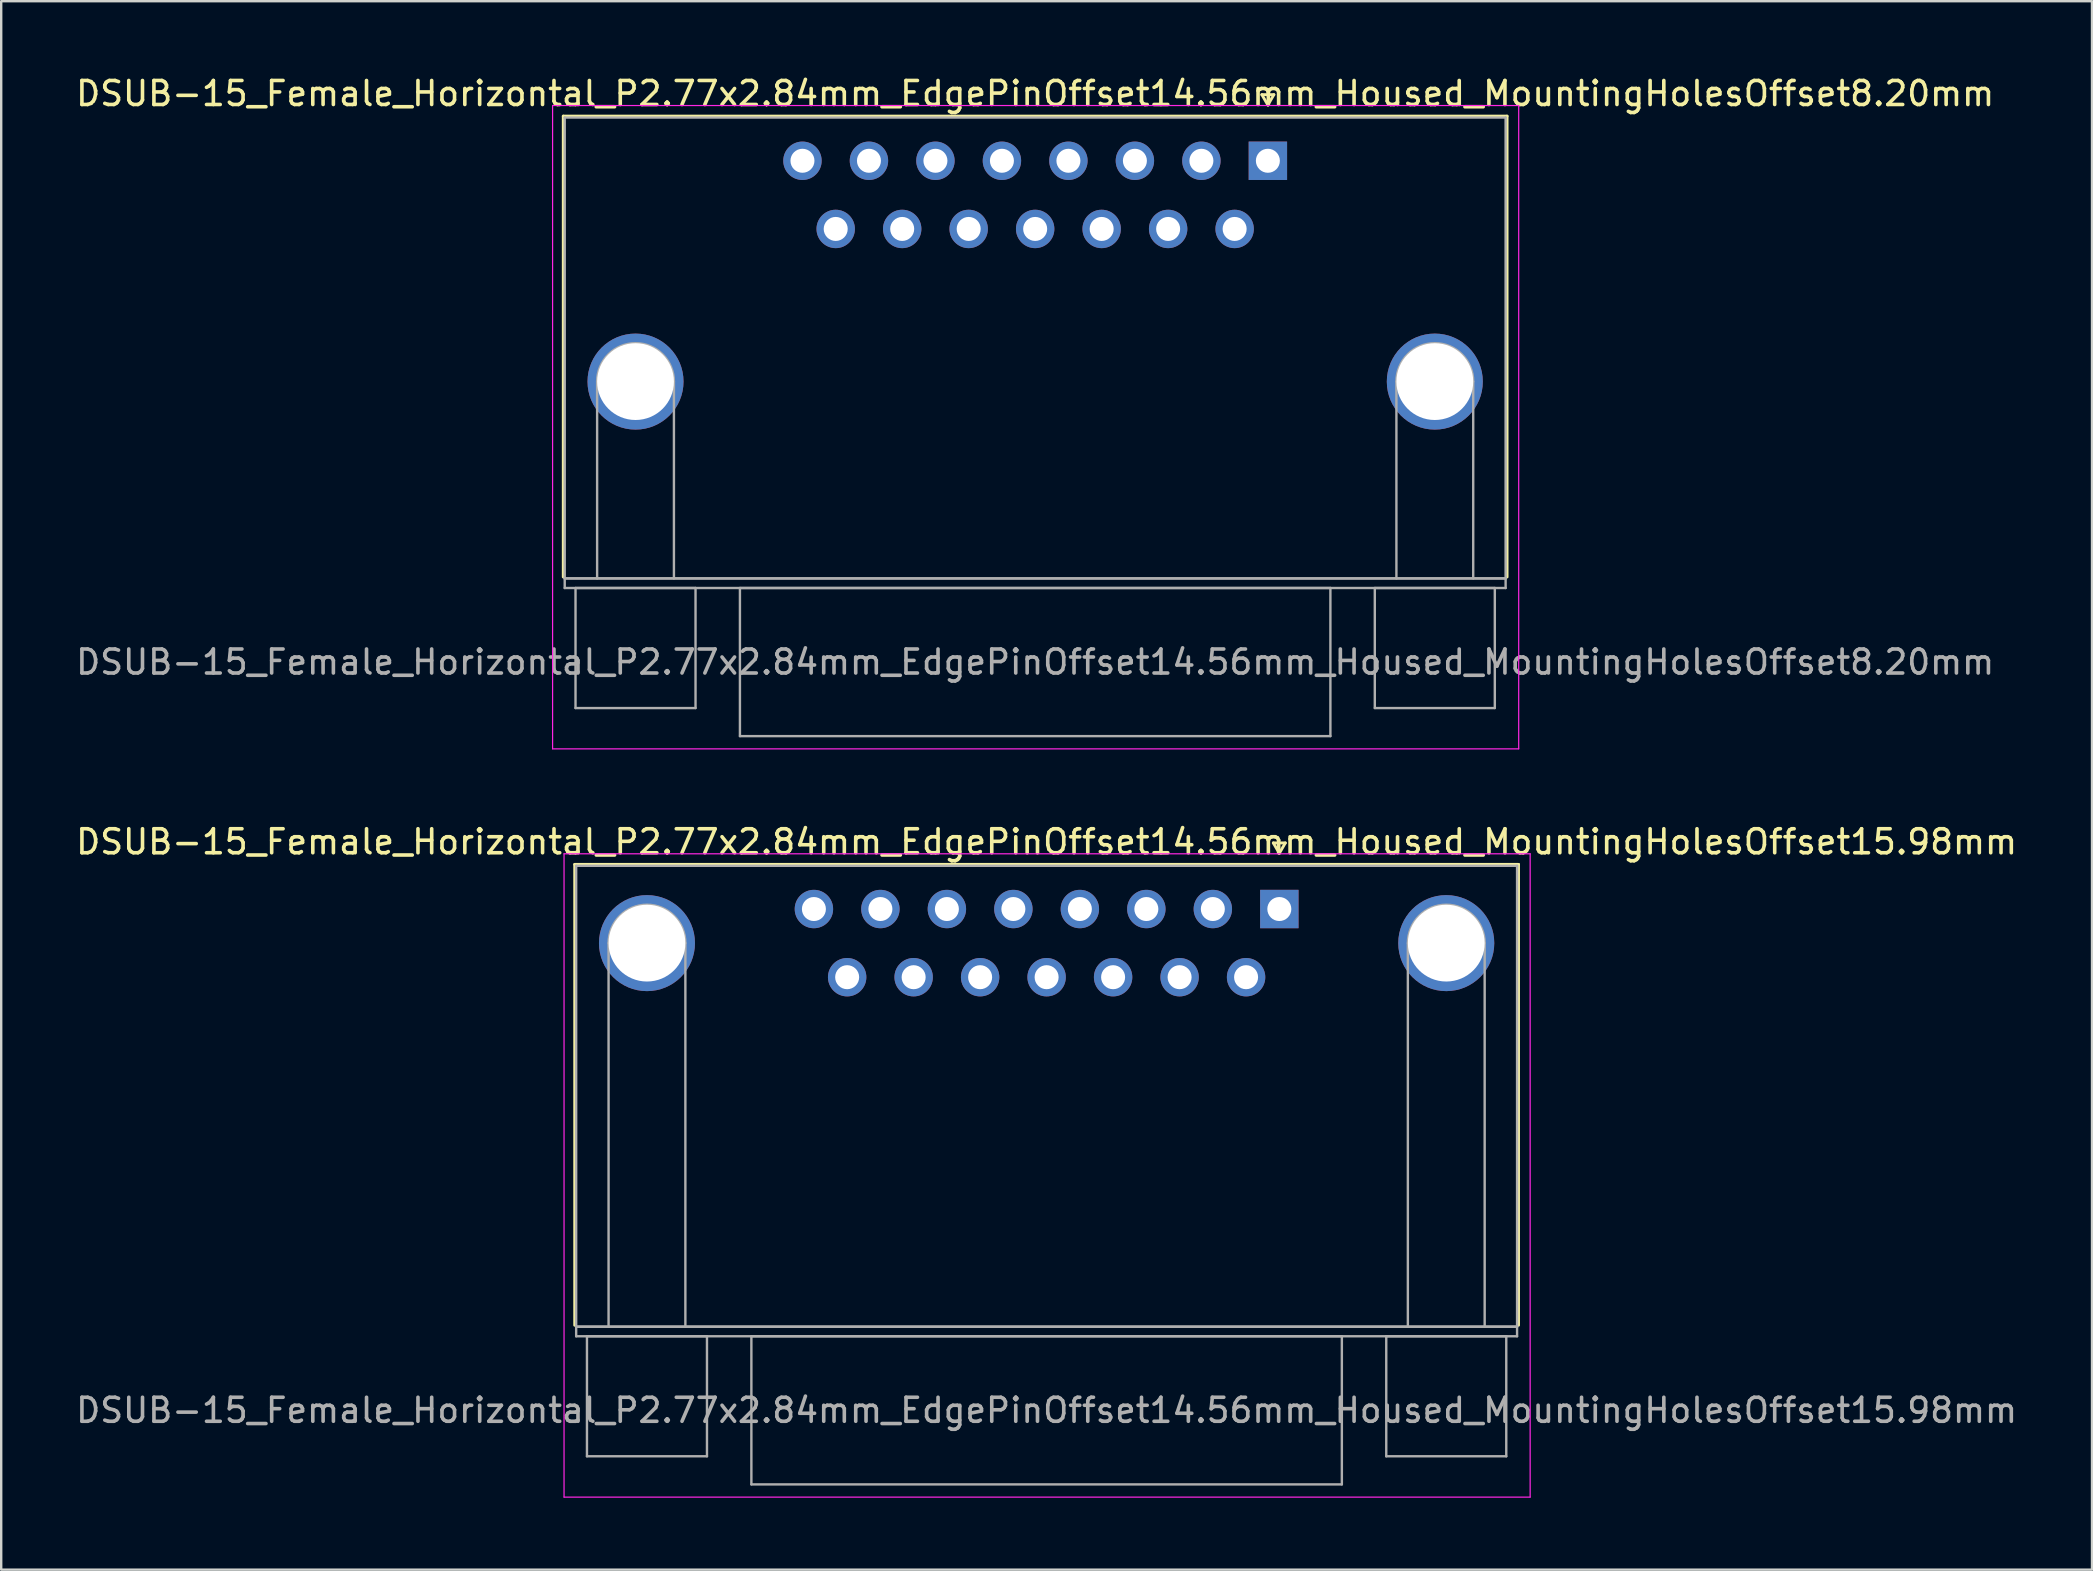
<source format=kicad_pcb>
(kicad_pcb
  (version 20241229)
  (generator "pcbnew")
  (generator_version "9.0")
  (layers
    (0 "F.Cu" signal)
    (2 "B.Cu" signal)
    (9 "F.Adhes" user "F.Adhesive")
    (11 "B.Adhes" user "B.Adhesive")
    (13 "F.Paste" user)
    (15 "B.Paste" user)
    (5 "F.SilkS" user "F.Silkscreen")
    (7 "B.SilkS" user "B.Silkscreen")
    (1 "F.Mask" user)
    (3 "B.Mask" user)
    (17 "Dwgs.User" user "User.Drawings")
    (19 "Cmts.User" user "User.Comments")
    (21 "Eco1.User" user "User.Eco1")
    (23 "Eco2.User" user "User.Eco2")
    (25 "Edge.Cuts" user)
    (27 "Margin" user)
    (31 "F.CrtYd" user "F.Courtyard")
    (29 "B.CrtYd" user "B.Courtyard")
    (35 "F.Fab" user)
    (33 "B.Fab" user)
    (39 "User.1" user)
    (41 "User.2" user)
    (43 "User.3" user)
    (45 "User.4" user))
  (footprint "DSUB-15_Female_Horizontal_P2.77x2.84mm_EdgePinOffset14.56mm_Housed_MountingHolesOffset8.20mm"
    (layer "F.Cu")
    (at 49.772 3.648)
    (property "Reference" "DSUB-15_Female_Horizontal_P2.77x2.84mm_EdgePinOffset14.56mm_Housed_MountingHolesOffset8.20mm" (at -9.695 -2.8 0) (layer "F.SilkS") (effects (font (size 1 1) (thickness 0.15))))
    (attr through_hole)
    (fp_line (start -29.355 -1.86) (end 9.965 -1.86) (stroke (width 0.12) (type solid)) (layer "F.SilkS"))
    (fp_line (start -29.355 17.34) (end -29.355 -1.86) (stroke (width 0.12) (type solid)) (layer "F.SilkS"))
    (fp_line (start -0.25 -2.754) (end 0.25 -2.754) (stroke (width 0.12) (type solid)) (layer "F.SilkS"))
    (fp_line (start 0 -2.321) (end -0.25 -2.754) (stroke (width 0.12) (type solid)) (layer "F.SilkS"))
    (fp_line (start 0.25 -2.754) (end 0 -2.321) (stroke (width 0.12) (type solid)) (layer "F.SilkS"))
    (fp_line (start 9.965 -1.86) (end 9.965 17.34) (stroke (width 0.12) (type solid)) (layer "F.SilkS"))
    (fp_line (start -29.8 -2.3) (end -29.8 24.5) (stroke (width 0.05) (type solid)) (layer "F.CrtYd"))
    (fp_line (start -29.8 24.5) (end 10.45 24.5) (stroke (width 0.05) (type solid)) (layer "F.CrtYd"))
    (fp_line (start 10.45 -2.3) (end -29.8 -2.3) (stroke (width 0.05) (type solid)) (layer "F.CrtYd"))
    (fp_line (start 10.45 24.5) (end 10.45 -2.3) (stroke (width 0.05) (type solid)) (layer "F.CrtYd"))
    (fp_line (start -29.295 -1.8) (end -29.295 17.4) (stroke (width 0.1) (type solid)) (layer "F.Fab"))
    (fp_line (start -29.295 17.4) (end -29.295 17.8) (stroke (width 0.1) (type solid)) (layer "F.Fab"))
    (fp_line (start -29.295 17.4) (end 9.905 17.4) (stroke (width 0.1) (type solid)) (layer "F.Fab"))
    (fp_line (start -29.295 17.8) (end 9.905 17.8) (stroke (width 0.1) (type solid)) (layer "F.Fab"))
    (fp_line (start -28.845 17.8) (end -28.845 22.8) (stroke (width 0.1) (type solid)) (layer "F.Fab"))
    (fp_line (start -28.845 22.8) (end -23.845 22.8) (stroke (width 0.1) (type solid)) (layer "F.Fab"))
    (fp_line (start -27.945 17.4) (end -27.945 9.2) (stroke (width 0.1) (type solid)) (layer "F.Fab"))
    (fp_line (start -24.745 17.4) (end -24.745 9.2) (stroke (width 0.1) (type solid)) (layer "F.Fab"))
    (fp_line (start -23.845 17.8) (end -28.845 17.8) (stroke (width 0.1) (type solid)) (layer "F.Fab"))
    (fp_line (start -23.845 22.8) (end -23.845 17.8) (stroke (width 0.1) (type solid)) (layer "F.Fab"))
    (fp_line (start -21.995 17.8) (end -21.995 23.97) (stroke (width 0.1) (type solid)) (layer "F.Fab"))
    (fp_line (start -21.995 23.97) (end 2.605 23.97) (stroke (width 0.1) (type solid)) (layer "F.Fab"))
    (fp_line (start 2.605 17.8) (end -21.995 17.8) (stroke (width 0.1) (type solid)) (layer "F.Fab"))
    (fp_line (start 2.605 23.97) (end 2.605 17.8) (stroke (width 0.1) (type solid)) (layer "F.Fab"))
    (fp_line (start 4.455 17.8) (end 4.455 22.8) (stroke (width 0.1) (type solid)) (layer "F.Fab"))
    (fp_line (start 4.455 22.8) (end 9.455 22.8) (stroke (width 0.1) (type solid)) (layer "F.Fab"))
    (fp_line (start 5.355 17.4) (end 5.355 9.2) (stroke (width 0.1) (type solid)) (layer "F.Fab"))
    (fp_line (start 8.555 17.4) (end 8.555 9.2) (stroke (width 0.1) (type solid)) (layer "F.Fab"))
    (fp_line (start 9.455 17.8) (end 4.455 17.8) (stroke (width 0.1) (type solid)) (layer "F.Fab"))
    (fp_line (start 9.455 22.8) (end 9.455 17.8) (stroke (width 0.1) (type solid)) (layer "F.Fab"))
    (fp_line (start 9.905 -1.8) (end -29.295 -1.8) (stroke (width 0.1) (type solid)) (layer "F.Fab"))
    (fp_line (start 9.905 17.4) (end -29.295 17.4) (stroke (width 0.1) (type solid)) (layer "F.Fab"))
    (fp_line (start 9.905 17.4) (end 9.905 -1.8) (stroke (width 0.1) (type solid)) (layer "F.Fab"))
    (fp_line (start 9.905 17.8) (end 9.905 17.4) (stroke (width 0.1) (type solid)) (layer "F.Fab"))
    (fp_arc (start -27.945 9.2) (mid -26.345 7.6) (end -24.745 9.2) (stroke (width 0.1) (type solid)) (layer "F.Fab"))
    (fp_arc (start 5.355 9.2) (mid 6.955 7.6) (end 8.555 9.2) (stroke (width 0.1) (type solid)) (layer "F.Fab"))
    (fp_text user "${REFERENCE}" (at -9.695 20.885 0) (layer "F.Fab") (effects (font (size 1 1) (thickness 0.15))))
    (pad "0" thru_hole circle (at -26.345 9.2) (size 4 4) (drill 3.2) (layers "*.Cu" "*.Mask"))
    (pad "0" thru_hole circle (at 6.955 9.2) (size 4 4) (drill 3.2) (layers "*.Cu" "*.Mask"))
    (pad "1" thru_hole rect (at 0 0) (size 1.6 1.6) (drill 1) (layers "*.Cu" "*.Mask"))
    (pad "2" thru_hole circle (at -2.77 0) (size 1.6 1.6) (drill 1) (layers "*.Cu" "*.Mask"))
    (pad "3" thru_hole circle (at -5.54 0) (size 1.6 1.6) (drill 1) (layers "*.Cu" "*.Mask"))
    (pad "4" thru_hole circle (at -8.31 0) (size 1.6 1.6) (drill 1) (layers "*.Cu" "*.Mask"))
    (pad "5" thru_hole circle (at -11.08 0) (size 1.6 1.6) (drill 1) (layers "*.Cu" "*.Mask"))
    (pad "6" thru_hole circle (at -13.85 0) (size 1.6 1.6) (drill 1) (layers "*.Cu" "*.Mask"))
    (pad "7" thru_hole circle (at -16.62 0) (size 1.6 1.6) (drill 1) (layers "*.Cu" "*.Mask"))
    (pad "8" thru_hole circle (at -19.39 0) (size 1.6 1.6) (drill 1) (layers "*.Cu" "*.Mask"))
    (pad "9" thru_hole circle (at -1.385 2.84) (size 1.6 1.6) (drill 1) (layers "*.Cu" "*.Mask"))
    (pad "10" thru_hole circle (at -4.155 2.84) (size 1.6 1.6) (drill 1) (layers "*.Cu" "*.Mask"))
    (pad "11" thru_hole circle (at -6.925 2.84) (size 1.6 1.6) (drill 1) (layers "*.Cu" "*.Mask"))
    (pad "12" thru_hole circle (at -9.695 2.84) (size 1.6 1.6) (drill 1) (layers "*.Cu" "*.Mask"))
    (pad "13" thru_hole circle (at -12.465 2.84) (size 1.6 1.6) (drill 1) (layers "*.Cu" "*.Mask"))
    (pad "14" thru_hole circle (at -15.235 2.84) (size 1.6 1.6) (drill 1) (layers "*.Cu" "*.Mask"))
    (pad "15" thru_hole circle (at -18.005 2.84) (size 1.6 1.6) (drill 1) (layers "*.Cu" "*.Mask")))
  (footprint "DSUB-15_Female_Horizontal_P2.77x2.84mm_EdgePinOffset14.56mm_Housed_MountingHolesOffset15.98mm"
    (layer "F.Cu")
    (at 50.249 34.822)
    (property "Reference" "DSUB-15_Female_Horizontal_P2.77x2.84mm_EdgePinOffset14.56mm_Housed_MountingHolesOffset15.98mm" (at -9.695 -2.8 0) (layer "F.SilkS") (effects (font (size 1 1) (thickness 0.15))))
    (attr through_hole)
    (fp_line (start -29.355 -1.86) (end 9.965 -1.86) (stroke (width 0.12) (type solid)) (layer "F.SilkS"))
    (fp_line (start -29.355 17.34) (end -29.355 -1.86) (stroke (width 0.12) (type solid)) (layer "F.SilkS"))
    (fp_line (start -0.25 -2.754) (end 0.25 -2.754) (stroke (width 0.12) (type solid)) (layer "F.SilkS"))
    (fp_line (start 0 -2.321) (end -0.25 -2.754) (stroke (width 0.12) (type solid)) (layer "F.SilkS"))
    (fp_line (start 0.25 -2.754) (end 0 -2.321) (stroke (width 0.12) (type solid)) (layer "F.SilkS"))
    (fp_line (start 9.965 -1.86) (end 9.965 17.34) (stroke (width 0.12) (type solid)) (layer "F.SilkS"))
    (fp_line (start -29.8 -2.3) (end -29.8 24.5) (stroke (width 0.05) (type solid)) (layer "F.CrtYd"))
    (fp_line (start -29.8 24.5) (end 10.45 24.5) (stroke (width 0.05) (type solid)) (layer "F.CrtYd"))
    (fp_line (start 10.45 -2.3) (end -29.8 -2.3) (stroke (width 0.05) (type solid)) (layer "F.CrtYd"))
    (fp_line (start 10.45 24.5) (end 10.45 -2.3) (stroke (width 0.05) (type solid)) (layer "F.CrtYd"))
    (fp_line (start -29.295 -1.8) (end -29.295 17.4) (stroke (width 0.1) (type solid)) (layer "F.Fab"))
    (fp_line (start -29.295 17.4) (end -29.295 17.8) (stroke (width 0.1) (type solid)) (layer "F.Fab"))
    (fp_line (start -29.295 17.4) (end 9.905 17.4) (stroke (width 0.1) (type solid)) (layer "F.Fab"))
    (fp_line (start -29.295 17.8) (end 9.905 17.8) (stroke (width 0.1) (type solid)) (layer "F.Fab"))
    (fp_line (start -28.845 17.8) (end -28.845 22.8) (stroke (width 0.1) (type solid)) (layer "F.Fab"))
    (fp_line (start -28.845 22.8) (end -23.845 22.8) (stroke (width 0.1) (type solid)) (layer "F.Fab"))
    (fp_line (start -27.945 17.4) (end -27.945 1.42) (stroke (width 0.1) (type solid)) (layer "F.Fab"))
    (fp_line (start -24.745 17.4) (end -24.745 1.42) (stroke (width 0.1) (type solid)) (layer "F.Fab"))
    (fp_line (start -23.845 17.8) (end -28.845 17.8) (stroke (width 0.1) (type solid)) (layer "F.Fab"))
    (fp_line (start -23.845 22.8) (end -23.845 17.8) (stroke (width 0.1) (type solid)) (layer "F.Fab"))
    (fp_line (start -21.995 17.8) (end -21.995 23.97) (stroke (width 0.1) (type solid)) (layer "F.Fab"))
    (fp_line (start -21.995 23.97) (end 2.605 23.97) (stroke (width 0.1) (type solid)) (layer "F.Fab"))
    (fp_line (start 2.605 17.8) (end -21.995 17.8) (stroke (width 0.1) (type solid)) (layer "F.Fab"))
    (fp_line (start 2.605 23.97) (end 2.605 17.8) (stroke (width 0.1) (type solid)) (layer "F.Fab"))
    (fp_line (start 4.455 17.8) (end 4.455 22.8) (stroke (width 0.1) (type solid)) (layer "F.Fab"))
    (fp_line (start 4.455 22.8) (end 9.455 22.8) (stroke (width 0.1) (type solid)) (layer "F.Fab"))
    (fp_line (start 5.355 17.4) (end 5.355 1.42) (stroke (width 0.1) (type solid)) (layer "F.Fab"))
    (fp_line (start 8.555 17.4) (end 8.555 1.42) (stroke (width 0.1) (type solid)) (layer "F.Fab"))
    (fp_line (start 9.455 17.8) (end 4.455 17.8) (stroke (width 0.1) (type solid)) (layer "F.Fab"))
    (fp_line (start 9.455 22.8) (end 9.455 17.8) (stroke (width 0.1) (type solid)) (layer "F.Fab"))
    (fp_line (start 9.905 -1.8) (end -29.295 -1.8) (stroke (width 0.1) (type solid)) (layer "F.Fab"))
    (fp_line (start 9.905 17.4) (end -29.295 17.4) (stroke (width 0.1) (type solid)) (layer "F.Fab"))
    (fp_line (start 9.905 17.4) (end 9.905 -1.8) (stroke (width 0.1) (type solid)) (layer "F.Fab"))
    (fp_line (start 9.905 17.8) (end 9.905 17.4) (stroke (width 0.1) (type solid)) (layer "F.Fab"))
    (fp_arc (start -27.945 1.42) (mid -26.345 -0.18) (end -24.745 1.42) (stroke (width 0.1) (type solid)) (layer "F.Fab"))
    (fp_arc (start 5.355 1.42) (mid 6.955 -0.18) (end 8.555 1.42) (stroke (width 0.1) (type solid)) (layer "F.Fab"))
    (fp_text user "${REFERENCE}" (at -9.695 20.885 0) (layer "F.Fab") (effects (font (size 1 1) (thickness 0.15))))
    (pad "0" thru_hole circle (at -26.345 1.42) (size 4 4) (drill 3.2) (layers "*.Cu" "*.Mask"))
    (pad "0" thru_hole circle (at 6.955 1.42) (size 4 4) (drill 3.2) (layers "*.Cu" "*.Mask"))
    (pad "1" thru_hole rect (at 0 0) (size 1.6 1.6) (drill 1) (layers "*.Cu" "*.Mask"))
    (pad "2" thru_hole circle (at -2.77 0) (size 1.6 1.6) (drill 1) (layers "*.Cu" "*.Mask"))
    (pad "3" thru_hole circle (at -5.54 0) (size 1.6 1.6) (drill 1) (layers "*.Cu" "*.Mask"))
    (pad "4" thru_hole circle (at -8.31 0) (size 1.6 1.6) (drill 1) (layers "*.Cu" "*.Mask"))
    (pad "5" thru_hole circle (at -11.08 0) (size 1.6 1.6) (drill 1) (layers "*.Cu" "*.Mask"))
    (pad "6" thru_hole circle (at -13.85 0) (size 1.6 1.6) (drill 1) (layers "*.Cu" "*.Mask"))
    (pad "7" thru_hole circle (at -16.62 0) (size 1.6 1.6) (drill 1) (layers "*.Cu" "*.Mask"))
    (pad "8" thru_hole circle (at -19.39 0) (size 1.6 1.6) (drill 1) (layers "*.Cu" "*.Mask"))
    (pad "9" thru_hole circle (at -1.385 2.84) (size 1.6 1.6) (drill 1) (layers "*.Cu" "*.Mask"))
    (pad "10" thru_hole circle (at -4.155 2.84) (size 1.6 1.6) (drill 1) (layers "*.Cu" "*.Mask"))
    (pad "11" thru_hole circle (at -6.925 2.84) (size 1.6 1.6) (drill 1) (layers "*.Cu" "*.Mask"))
    (pad "12" thru_hole circle (at -9.695 2.84) (size 1.6 1.6) (drill 1) (layers "*.Cu" "*.Mask"))
    (pad "13" thru_hole circle (at -12.465 2.84) (size 1.6 1.6) (drill 1) (layers "*.Cu" "*.Mask"))
    (pad "14" thru_hole circle (at -15.235 2.84) (size 1.6 1.6) (drill 1) (layers "*.Cu" "*.Mask"))
    (pad "15" thru_hole circle (at -18.005 2.84) (size 1.6 1.6) (drill 1) (layers "*.Cu" "*.Mask")))
  (gr_rect
    (start -3 -3)
    (end 84.107 62.346)
    (stroke (width 0.1) (type default))
    (fill no)
    (layer "Edge.Cuts")))
</source>
